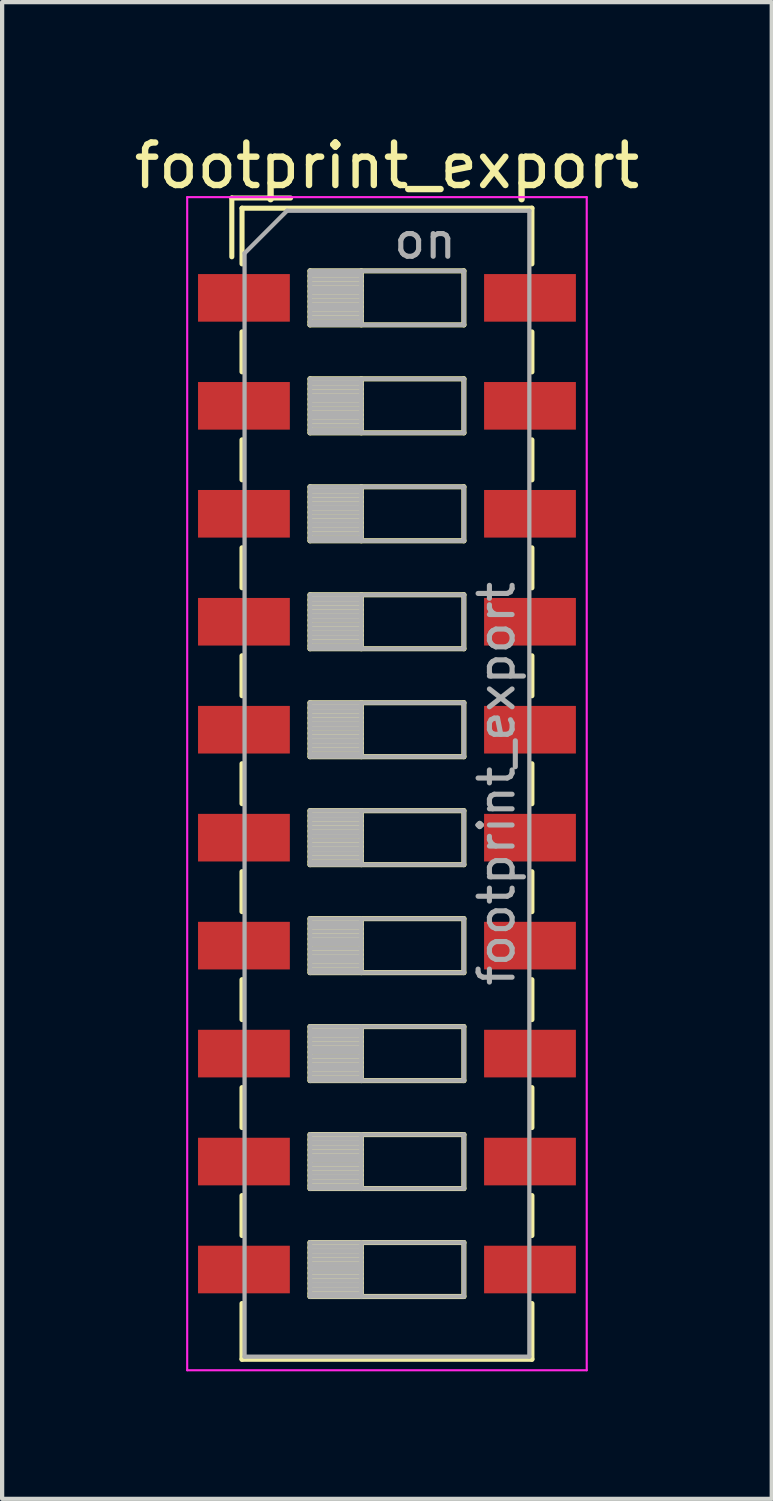
<source format=kicad_pcb>
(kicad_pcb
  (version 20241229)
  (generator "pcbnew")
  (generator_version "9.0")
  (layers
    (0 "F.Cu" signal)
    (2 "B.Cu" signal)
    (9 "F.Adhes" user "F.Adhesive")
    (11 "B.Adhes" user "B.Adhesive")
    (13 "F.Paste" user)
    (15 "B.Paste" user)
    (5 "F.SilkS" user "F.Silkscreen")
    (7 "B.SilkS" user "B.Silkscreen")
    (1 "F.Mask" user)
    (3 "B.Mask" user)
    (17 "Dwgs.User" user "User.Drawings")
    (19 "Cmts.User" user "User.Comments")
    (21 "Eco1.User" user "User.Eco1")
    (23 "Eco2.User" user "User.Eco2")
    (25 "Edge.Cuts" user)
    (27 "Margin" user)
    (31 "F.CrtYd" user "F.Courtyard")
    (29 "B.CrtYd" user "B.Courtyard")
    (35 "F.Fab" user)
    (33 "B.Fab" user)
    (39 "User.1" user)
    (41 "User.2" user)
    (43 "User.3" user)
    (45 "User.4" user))
  (footprint "footprint_export"
    (layer "F.Cu")
    (at 6.054 15.388)
    (property "Reference" "footprint_export" (at 0 -14.54 0) (layer "F.SilkS") (effects (font (size 1 1) (thickness 0.15))))
    (attr smd)
    (fp_line (start -3.65 -13.78) (end -3.65 -12.397) (stroke (width 0.12) (type solid)) (layer "F.SilkS"))
    (fp_line (start -3.65 -13.78) (end -2.267 -13.78) (stroke (width 0.12) (type solid)) (layer "F.SilkS"))
    (fp_line (start -3.41 -13.54) (end -3.41 -12.23) (stroke (width 0.12) (type solid)) (layer "F.SilkS"))
    (fp_line (start -3.41 -13.54) (end 3.41 -13.54) (stroke (width 0.12) (type solid)) (layer "F.SilkS"))
    (fp_line (start -3.41 -10.63) (end -3.41 -9.69) (stroke (width 0.12) (type solid)) (layer "F.SilkS"))
    (fp_line (start -3.41 -8.09) (end -3.41 -7.15) (stroke (width 0.12) (type solid)) (layer "F.SilkS"))
    (fp_line (start -3.41 -5.55) (end -3.41 -4.61) (stroke (width 0.12) (type solid)) (layer "F.SilkS"))
    (fp_line (start -3.41 -3.01) (end -3.41 -2.07) (stroke (width 0.12) (type solid)) (layer "F.SilkS"))
    (fp_line (start -3.41 -0.47) (end -3.41 0.47) (stroke (width 0.12) (type solid)) (layer "F.SilkS"))
    (fp_line (start -3.41 2.07) (end -3.41 3.01) (stroke (width 0.12) (type solid)) (layer "F.SilkS"))
    (fp_line (start -3.41 4.61) (end -3.41 5.55) (stroke (width 0.12) (type solid)) (layer "F.SilkS"))
    (fp_line (start -3.41 7.15) (end -3.41 8.09) (stroke (width 0.12) (type solid)) (layer "F.SilkS"))
    (fp_line (start -3.41 9.69) (end -3.41 10.63) (stroke (width 0.12) (type solid)) (layer "F.SilkS"))
    (fp_line (start -3.41 12.23) (end -3.41 13.541) (stroke (width 0.12) (type solid)) (layer "F.SilkS"))
    (fp_line (start -3.41 13.541) (end 3.41 13.541) (stroke (width 0.12) (type solid)) (layer "F.SilkS"))
    (fp_line (start -1.81 -12.065) (end -1.81 -10.795) (stroke (width 0.12) (type solid)) (layer "F.SilkS"))
    (fp_line (start -1.81 -11.945) (end -0.603 -11.945) (stroke (width 0.12) (type solid)) (layer "F.SilkS"))
    (fp_line (start -1.81 -11.825) (end -0.603 -11.825) (stroke (width 0.12) (type solid)) (layer "F.SilkS"))
    (fp_line (start -1.81 -11.705) (end -0.603 -11.705) (stroke (width 0.12) (type solid)) (layer "F.SilkS"))
    (fp_line (start -1.81 -11.585) (end -0.603 -11.585) (stroke (width 0.12) (type solid)) (layer "F.SilkS"))
    (fp_line (start -1.81 -11.465) (end -0.603 -11.465) (stroke (width 0.12) (type solid)) (layer "F.SilkS"))
    (fp_line (start -1.81 -11.345) (end -0.603 -11.345) (stroke (width 0.12) (type solid)) (layer "F.SilkS"))
    (fp_line (start -1.81 -11.225) (end -0.603 -11.225) (stroke (width 0.12) (type solid)) (layer "F.SilkS"))
    (fp_line (start -1.81 -11.105) (end -0.603 -11.105) (stroke (width 0.12) (type solid)) (layer "F.SilkS"))
    (fp_line (start -1.81 -10.985) (end -0.603 -10.985) (stroke (width 0.12) (type solid)) (layer "F.SilkS"))
    (fp_line (start -1.81 -10.865) (end -0.603 -10.865) (stroke (width 0.12) (type solid)) (layer "F.SilkS"))
    (fp_line (start -1.81 -10.795) (end 1.81 -10.795) (stroke (width 0.12) (type solid)) (layer "F.SilkS"))
    (fp_line (start -1.81 -9.525) (end -1.81 -8.255) (stroke (width 0.12) (type solid)) (layer "F.SilkS"))
    (fp_line (start -1.81 -9.405) (end -0.603 -9.405) (stroke (width 0.12) (type solid)) (layer "F.SilkS"))
    (fp_line (start -1.81 -9.285) (end -0.603 -9.285) (stroke (width 0.12) (type solid)) (layer "F.SilkS"))
    (fp_line (start -1.81 -9.165) (end -0.603 -9.165) (stroke (width 0.12) (type solid)) (layer "F.SilkS"))
    (fp_line (start -1.81 -9.045) (end -0.603 -9.045) (stroke (width 0.12) (type solid)) (layer "F.SilkS"))
    (fp_line (start -1.81 -8.925) (end -0.603 -8.925) (stroke (width 0.12) (type solid)) (layer "F.SilkS"))
    (fp_line (start -1.81 -8.805) (end -0.603 -8.805) (stroke (width 0.12) (type solid)) (layer "F.SilkS"))
    (fp_line (start -1.81 -8.685) (end -0.603 -8.685) (stroke (width 0.12) (type solid)) (layer "F.SilkS"))
    (fp_line (start -1.81 -8.565) (end -0.603 -8.565) (stroke (width 0.12) (type solid)) (layer "F.SilkS"))
    (fp_line (start -1.81 -8.445) (end -0.603 -8.445) (stroke (width 0.12) (type solid)) (layer "F.SilkS"))
    (fp_line (start -1.81 -8.325) (end -0.603 -8.325) (stroke (width 0.12) (type solid)) (layer "F.SilkS"))
    (fp_line (start -1.81 -8.255) (end 1.81 -8.255) (stroke (width 0.12) (type solid)) (layer "F.SilkS"))
    (fp_line (start -1.81 -6.985) (end -1.81 -5.715) (stroke (width 0.12) (type solid)) (layer "F.SilkS"))
    (fp_line (start -1.81 -6.865) (end -0.603 -6.865) (stroke (width 0.12) (type solid)) (layer "F.SilkS"))
    (fp_line (start -1.81 -6.745) (end -0.603 -6.745) (stroke (width 0.12) (type solid)) (layer "F.SilkS"))
    (fp_line (start -1.81 -6.625) (end -0.603 -6.625) (stroke (width 0.12) (type solid)) (layer "F.SilkS"))
    (fp_line (start -1.81 -6.505) (end -0.603 -6.505) (stroke (width 0.12) (type solid)) (layer "F.SilkS"))
    (fp_line (start -1.81 -6.385) (end -0.603 -6.385) (stroke (width 0.12) (type solid)) (layer "F.SilkS"))
    (fp_line (start -1.81 -6.265) (end -0.603 -6.265) (stroke (width 0.12) (type solid)) (layer "F.SilkS"))
    (fp_line (start -1.81 -6.145) (end -0.603 -6.145) (stroke (width 0.12) (type solid)) (layer "F.SilkS"))
    (fp_line (start -1.81 -6.025) (end -0.603 -6.025) (stroke (width 0.12) (type solid)) (layer "F.SilkS"))
    (fp_line (start -1.81 -5.905) (end -0.603 -5.905) (stroke (width 0.12) (type solid)) (layer "F.SilkS"))
    (fp_line (start -1.81 -5.785) (end -0.603 -5.785) (stroke (width 0.12) (type solid)) (layer "F.SilkS"))
    (fp_line (start -1.81 -5.715) (end 1.81 -5.715) (stroke (width 0.12) (type solid)) (layer "F.SilkS"))
    (fp_line (start -1.81 -4.445) (end -1.81 -3.175) (stroke (width 0.12) (type solid)) (layer "F.SilkS"))
    (fp_line (start -1.81 -4.325) (end -0.603 -4.325) (stroke (width 0.12) (type solid)) (layer "F.SilkS"))
    (fp_line (start -1.81 -4.205) (end -0.603 -4.205) (stroke (width 0.12) (type solid)) (layer "F.SilkS"))
    (fp_line (start -1.81 -4.085) (end -0.603 -4.085) (stroke (width 0.12) (type solid)) (layer "F.SilkS"))
    (fp_line (start -1.81 -3.965) (end -0.603 -3.965) (stroke (width 0.12) (type solid)) (layer "F.SilkS"))
    (fp_line (start -1.81 -3.845) (end -0.603 -3.845) (stroke (width 0.12) (type solid)) (layer "F.SilkS"))
    (fp_line (start -1.81 -3.725) (end -0.603 -3.725) (stroke (width 0.12) (type solid)) (layer "F.SilkS"))
    (fp_line (start -1.81 -3.605) (end -0.603 -3.605) (stroke (width 0.12) (type solid)) (layer "F.SilkS"))
    (fp_line (start -1.81 -3.485) (end -0.603 -3.485) (stroke (width 0.12) (type solid)) (layer "F.SilkS"))
    (fp_line (start -1.81 -3.365) (end -0.603 -3.365) (stroke (width 0.12) (type solid)) (layer "F.SilkS"))
    (fp_line (start -1.81 -3.245) (end -0.603 -3.245) (stroke (width 0.12) (type solid)) (layer "F.SilkS"))
    (fp_line (start -1.81 -3.175) (end 1.81 -3.175) (stroke (width 0.12) (type solid)) (layer "F.SilkS"))
    (fp_line (start -1.81 -1.905) (end -1.81 -0.635) (stroke (width 0.12) (type solid)) (layer "F.SilkS"))
    (fp_line (start -1.81 -1.785) (end -0.603 -1.785) (stroke (width 0.12) (type solid)) (layer "F.SilkS"))
    (fp_line (start -1.81 -1.665) (end -0.603 -1.665) (stroke (width 0.12) (type solid)) (layer "F.SilkS"))
    (fp_line (start -1.81 -1.545) (end -0.603 -1.545) (stroke (width 0.12) (type solid)) (layer "F.SilkS"))
    (fp_line (start -1.81 -1.425) (end -0.603 -1.425) (stroke (width 0.12) (type solid)) (layer "F.SilkS"))
    (fp_line (start -1.81 -1.305) (end -0.603 -1.305) (stroke (width 0.12) (type solid)) (layer "F.SilkS"))
    (fp_line (start -1.81 -1.185) (end -0.603 -1.185) (stroke (width 0.12) (type solid)) (layer "F.SilkS"))
    (fp_line (start -1.81 -1.065) (end -0.603 -1.065) (stroke (width 0.12) (type solid)) (layer "F.SilkS"))
    (fp_line (start -1.81 -0.945) (end -0.603 -0.945) (stroke (width 0.12) (type solid)) (layer "F.SilkS"))
    (fp_line (start -1.81 -0.825) (end -0.603 -0.825) (stroke (width 0.12) (type solid)) (layer "F.SilkS"))
    (fp_line (start -1.81 -0.705) (end -0.603 -0.705) (stroke (width 0.12) (type solid)) (layer "F.SilkS"))
    (fp_line (start -1.81 -0.635) (end 1.81 -0.635) (stroke (width 0.12) (type solid)) (layer "F.SilkS"))
    (fp_line (start -1.81 0.635) (end -1.81 1.905) (stroke (width 0.12) (type solid)) (layer "F.SilkS"))
    (fp_line (start -1.81 0.755) (end -0.603 0.755) (stroke (width 0.12) (type solid)) (layer "F.SilkS"))
    (fp_line (start -1.81 0.875) (end -0.603 0.875) (stroke (width 0.12) (type solid)) (layer "F.SilkS"))
    (fp_line (start -1.81 0.995) (end -0.603 0.995) (stroke (width 0.12) (type solid)) (layer "F.SilkS"))
    (fp_line (start -1.81 1.115) (end -0.603 1.115) (stroke (width 0.12) (type solid)) (layer "F.SilkS"))
    (fp_line (start -1.81 1.235) (end -0.603 1.235) (stroke (width 0.12) (type solid)) (layer "F.SilkS"))
    (fp_line (start -1.81 1.355) (end -0.603 1.355) (stroke (width 0.12) (type solid)) (layer "F.SilkS"))
    (fp_line (start -1.81 1.475) (end -0.603 1.475) (stroke (width 0.12) (type solid)) (layer "F.SilkS"))
    (fp_line (start -1.81 1.595) (end -0.603 1.595) (stroke (width 0.12) (type solid)) (layer "F.SilkS"))
    (fp_line (start -1.81 1.715) (end -0.603 1.715) (stroke (width 0.12) (type solid)) (layer "F.SilkS"))
    (fp_line (start -1.81 1.835) (end -0.603 1.835) (stroke (width 0.12) (type solid)) (layer "F.SilkS"))
    (fp_line (start -1.81 1.905) (end 1.81 1.905) (stroke (width 0.12) (type solid)) (layer "F.SilkS"))
    (fp_line (start -1.81 3.175) (end -1.81 4.445) (stroke (width 0.12) (type solid)) (layer "F.SilkS"))
    (fp_line (start -1.81 3.295) (end -0.603 3.295) (stroke (width 0.12) (type solid)) (layer "F.SilkS"))
    (fp_line (start -1.81 3.415) (end -0.603 3.415) (stroke (width 0.12) (type solid)) (layer "F.SilkS"))
    (fp_line (start -1.81 3.535) (end -0.603 3.535) (stroke (width 0.12) (type solid)) (layer "F.SilkS"))
    (fp_line (start -1.81 3.655) (end -0.603 3.655) (stroke (width 0.12) (type solid)) (layer "F.SilkS"))
    (fp_line (start -1.81 3.775) (end -0.603 3.775) (stroke (width 0.12) (type solid)) (layer "F.SilkS"))
    (fp_line (start -1.81 3.895) (end -0.603 3.895) (stroke (width 0.12) (type solid)) (layer "F.SilkS"))
    (fp_line (start -1.81 4.015) (end -0.603 4.015) (stroke (width 0.12) (type solid)) (layer "F.SilkS"))
    (fp_line (start -1.81 4.135) (end -0.603 4.135) (stroke (width 0.12) (type solid)) (layer "F.SilkS"))
    (fp_line (start -1.81 4.255) (end -0.603 4.255) (stroke (width 0.12) (type solid)) (layer "F.SilkS"))
    (fp_line (start -1.81 4.375) (end -0.603 4.375) (stroke (width 0.12) (type solid)) (layer "F.SilkS"))
    (fp_line (start -1.81 4.445) (end 1.81 4.445) (stroke (width 0.12) (type solid)) (layer "F.SilkS"))
    (fp_line (start -1.81 5.715) (end -1.81 6.985) (stroke (width 0.12) (type solid)) (layer "F.SilkS"))
    (fp_line (start -1.81 5.835) (end -0.603 5.835) (stroke (width 0.12) (type solid)) (layer "F.SilkS"))
    (fp_line (start -1.81 5.955) (end -0.603 5.955) (stroke (width 0.12) (type solid)) (layer "F.SilkS"))
    (fp_line (start -1.81 6.075) (end -0.603 6.075) (stroke (width 0.12) (type solid)) (layer "F.SilkS"))
    (fp_line (start -1.81 6.195) (end -0.603 6.195) (stroke (width 0.12) (type solid)) (layer "F.SilkS"))
    (fp_line (start -1.81 6.315) (end -0.603 6.315) (stroke (width 0.12) (type solid)) (layer "F.SilkS"))
    (fp_line (start -1.81 6.435) (end -0.603 6.435) (stroke (width 0.12) (type solid)) (layer "F.SilkS"))
    (fp_line (start -1.81 6.555) (end -0.603 6.555) (stroke (width 0.12) (type solid)) (layer "F.SilkS"))
    (fp_line (start -1.81 6.675) (end -0.603 6.675) (stroke (width 0.12) (type solid)) (layer "F.SilkS"))
    (fp_line (start -1.81 6.795) (end -0.603 6.795) (stroke (width 0.12) (type solid)) (layer "F.SilkS"))
    (fp_line (start -1.81 6.915) (end -0.603 6.915) (stroke (width 0.12) (type solid)) (layer "F.SilkS"))
    (fp_line (start -1.81 6.985) (end 1.81 6.985) (stroke (width 0.12) (type solid)) (layer "F.SilkS"))
    (fp_line (start -1.81 8.255) (end -1.81 9.525) (stroke (width 0.12) (type solid)) (layer "F.SilkS"))
    (fp_line (start -1.81 8.375) (end -0.603 8.375) (stroke (width 0.12) (type solid)) (layer "F.SilkS"))
    (fp_line (start -1.81 8.495) (end -0.603 8.495) (stroke (width 0.12) (type solid)) (layer "F.SilkS"))
    (fp_line (start -1.81 8.615) (end -0.603 8.615) (stroke (width 0.12) (type solid)) (layer "F.SilkS"))
    (fp_line (start -1.81 8.735) (end -0.603 8.735) (stroke (width 0.12) (type solid)) (layer "F.SilkS"))
    (fp_line (start -1.81 8.855) (end -0.603 8.855) (stroke (width 0.12) (type solid)) (layer "F.SilkS"))
    (fp_line (start -1.81 8.975) (end -0.603 8.975) (stroke (width 0.12) (type solid)) (layer "F.SilkS"))
    (fp_line (start -1.81 9.095) (end -0.603 9.095) (stroke (width 0.12) (type solid)) (layer "F.SilkS"))
    (fp_line (start -1.81 9.215) (end -0.603 9.215) (stroke (width 0.12) (type solid)) (layer "F.SilkS"))
    (fp_line (start -1.81 9.335) (end -0.603 9.335) (stroke (width 0.12) (type solid)) (layer "F.SilkS"))
    (fp_line (start -1.81 9.455) (end -0.603 9.455) (stroke (width 0.12) (type solid)) (layer "F.SilkS"))
    (fp_line (start -1.81 9.525) (end 1.81 9.525) (stroke (width 0.12) (type solid)) (layer "F.SilkS"))
    (fp_line (start -1.81 10.795) (end -1.81 12.065) (stroke (width 0.12) (type solid)) (layer "F.SilkS"))
    (fp_line (start -1.81 10.915) (end -0.603 10.915) (stroke (width 0.12) (type solid)) (layer "F.SilkS"))
    (fp_line (start -1.81 11.035) (end -0.603 11.035) (stroke (width 0.12) (type solid)) (layer "F.SilkS"))
    (fp_line (start -1.81 11.155) (end -0.603 11.155) (stroke (width 0.12) (type solid)) (layer "F.SilkS"))
    (fp_line (start -1.81 11.275) (end -0.603 11.275) (stroke (width 0.12) (type solid)) (layer "F.SilkS"))
    (fp_line (start -1.81 11.395) (end -0.603 11.395) (stroke (width 0.12) (type solid)) (layer "F.SilkS"))
    (fp_line (start -1.81 11.515) (end -0.603 11.515) (stroke (width 0.12) (type solid)) (layer "F.SilkS"))
    (fp_line (start -1.81 11.635) (end -0.603 11.635) (stroke (width 0.12) (type solid)) (layer "F.SilkS"))
    (fp_line (start -1.81 11.755) (end -0.603 11.755) (stroke (width 0.12) (type solid)) (layer "F.SilkS"))
    (fp_line (start -1.81 11.875) (end -0.603 11.875) (stroke (width 0.12) (type solid)) (layer "F.SilkS"))
    (fp_line (start -1.81 11.995) (end -0.603 11.995) (stroke (width 0.12) (type solid)) (layer "F.SilkS"))
    (fp_line (start -1.81 12.065) (end 1.81 12.065) (stroke (width 0.12) (type solid)) (layer "F.SilkS"))
    (fp_line (start -0.603 -12.065) (end -0.603 -10.795) (stroke (width 0.12) (type solid)) (layer "F.SilkS"))
    (fp_line (start -0.603 -9.525) (end -0.603 -8.255) (stroke (width 0.12) (type solid)) (layer "F.SilkS"))
    (fp_line (start -0.603 -6.985) (end -0.603 -5.715) (stroke (width 0.12) (type solid)) (layer "F.SilkS"))
    (fp_line (start -0.603 -4.445) (end -0.603 -3.175) (stroke (width 0.12) (type solid)) (layer "F.SilkS"))
    (fp_line (start -0.603 -1.905) (end -0.603 -0.635) (stroke (width 0.12) (type solid)) (layer "F.SilkS"))
    (fp_line (start -0.603 0.635) (end -0.603 1.905) (stroke (width 0.12) (type solid)) (layer "F.SilkS"))
    (fp_line (start -0.603 3.175) (end -0.603 4.445) (stroke (width 0.12) (type solid)) (layer "F.SilkS"))
    (fp_line (start -0.603 5.715) (end -0.603 6.985) (stroke (width 0.12) (type solid)) (layer "F.SilkS"))
    (fp_line (start -0.603 8.255) (end -0.603 9.525) (stroke (width 0.12) (type solid)) (layer "F.SilkS"))
    (fp_line (start -0.603 10.795) (end -0.603 12.065) (stroke (width 0.12) (type solid)) (layer "F.SilkS"))
    (fp_line (start 1.81 -12.065) (end -1.81 -12.065) (stroke (width 0.12) (type solid)) (layer "F.SilkS"))
    (fp_line (start 1.81 -10.795) (end 1.81 -12.065) (stroke (width 0.12) (type solid)) (layer "F.SilkS"))
    (fp_line (start 1.81 -9.525) (end -1.81 -9.525) (stroke (width 0.12) (type solid)) (layer "F.SilkS"))
    (fp_line (start 1.81 -8.255) (end 1.81 -9.525) (stroke (width 0.12) (type solid)) (layer "F.SilkS"))
    (fp_line (start 1.81 -6.985) (end -1.81 -6.985) (stroke (width 0.12) (type solid)) (layer "F.SilkS"))
    (fp_line (start 1.81 -5.715) (end 1.81 -6.985) (stroke (width 0.12) (type solid)) (layer "F.SilkS"))
    (fp_line (start 1.81 -4.445) (end -1.81 -4.445) (stroke (width 0.12) (type solid)) (layer "F.SilkS"))
    (fp_line (start 1.81 -3.175) (end 1.81 -4.445) (stroke (width 0.12) (type solid)) (layer "F.SilkS"))
    (fp_line (start 1.81 -1.905) (end -1.81 -1.905) (stroke (width 0.12) (type solid)) (layer "F.SilkS"))
    (fp_line (start 1.81 -0.635) (end 1.81 -1.905) (stroke (width 0.12) (type solid)) (layer "F.SilkS"))
    (fp_line (start 1.81 0.635) (end -1.81 0.635) (stroke (width 0.12) (type solid)) (layer "F.SilkS"))
    (fp_line (start 1.81 1.905) (end 1.81 0.635) (stroke (width 0.12) (type solid)) (layer "F.SilkS"))
    (fp_line (start 1.81 3.175) (end -1.81 3.175) (stroke (width 0.12) (type solid)) (layer "F.SilkS"))
    (fp_line (start 1.81 4.445) (end 1.81 3.175) (stroke (width 0.12) (type solid)) (layer "F.SilkS"))
    (fp_line (start 1.81 5.715) (end -1.81 5.715) (stroke (width 0.12) (type solid)) (layer "F.SilkS"))
    (fp_line (start 1.81 6.985) (end 1.81 5.715) (stroke (width 0.12) (type solid)) (layer "F.SilkS"))
    (fp_line (start 1.81 8.255) (end -1.81 8.255) (stroke (width 0.12) (type solid)) (layer "F.SilkS"))
    (fp_line (start 1.81 9.525) (end 1.81 8.255) (stroke (width 0.12) (type solid)) (layer "F.SilkS"))
    (fp_line (start 1.81 10.795) (end -1.81 10.795) (stroke (width 0.12) (type solid)) (layer "F.SilkS"))
    (fp_line (start 1.81 12.065) (end 1.81 10.795) (stroke (width 0.12) (type solid)) (layer "F.SilkS"))
    (fp_line (start 3.41 -13.54) (end 3.41 -12.23) (stroke (width 0.12) (type solid)) (layer "F.SilkS"))
    (fp_line (start 3.41 -10.629) (end 3.41 -9.689) (stroke (width 0.12) (type solid)) (layer "F.SilkS"))
    (fp_line (start 3.41 -8.089) (end 3.41 -7.149) (stroke (width 0.12) (type solid)) (layer "F.SilkS"))
    (fp_line (start 3.41 -5.549) (end 3.41 -4.609) (stroke (width 0.12) (type solid)) (layer "F.SilkS"))
    (fp_line (start 3.41 -3.009) (end 3.41 -2.069) (stroke (width 0.12) (type solid)) (layer "F.SilkS"))
    (fp_line (start 3.41 -0.469) (end 3.41 0.471) (stroke (width 0.12) (type solid)) (layer "F.SilkS"))
    (fp_line (start 3.41 2.071) (end 3.41 3.011) (stroke (width 0.12) (type solid)) (layer "F.SilkS"))
    (fp_line (start 3.41 4.611) (end 3.41 5.55) (stroke (width 0.12) (type solid)) (layer "F.SilkS"))
    (fp_line (start 3.41 7.15) (end 3.41 8.09) (stroke (width 0.12) (type solid)) (layer "F.SilkS"))
    (fp_line (start 3.41 9.69) (end 3.41 10.63) (stroke (width 0.12) (type solid)) (layer "F.SilkS"))
    (fp_line (start 3.41 12.23) (end 3.41 13.541) (stroke (width 0.12) (type solid)) (layer "F.SilkS"))
    (fp_line (start -4.7 -13.8) (end -4.7 13.8) (stroke (width 0.05) (type solid)) (layer "F.CrtYd"))
    (fp_line (start -4.7 13.8) (end 4.7 13.8) (stroke (width 0.05) (type solid)) (layer "F.CrtYd"))
    (fp_line (start 4.7 -13.8) (end -4.7 -13.8) (stroke (width 0.05) (type solid)) (layer "F.CrtYd"))
    (fp_line (start 4.7 13.8) (end 4.7 -13.8) (stroke (width 0.05) (type solid)) (layer "F.CrtYd"))
    (fp_line (start -3.35 -12.48) (end -2.35 -13.48) (stroke (width 0.1) (type solid)) (layer "F.Fab"))
    (fp_line (start -3.35 13.48) (end -3.35 -12.48) (stroke (width 0.1) (type solid)) (layer "F.Fab"))
    (fp_line (start -2.35 -13.48) (end 3.35 -13.48) (stroke (width 0.1) (type solid)) (layer "F.Fab"))
    (fp_line (start -1.81 -12.065) (end -1.81 -10.795) (stroke (width 0.1) (type solid)) (layer "F.Fab"))
    (fp_line (start -1.81 -11.965) (end -0.603 -11.965) (stroke (width 0.1) (type solid)) (layer "F.Fab"))
    (fp_line (start -1.81 -11.865) (end -0.603 -11.865) (stroke (width 0.1) (type solid)) (layer "F.Fab"))
    (fp_line (start -1.81 -11.765) (end -0.603 -11.765) (stroke (width 0.1) (type solid)) (layer "F.Fab"))
    (fp_line (start -1.81 -11.665) (end -0.603 -11.665) (stroke (width 0.1) (type solid)) (layer "F.Fab"))
    (fp_line (start -1.81 -11.565) (end -0.603 -11.565) (stroke (width 0.1) (type solid)) (layer "F.Fab"))
    (fp_line (start -1.81 -11.465) (end -0.603 -11.465) (stroke (width 0.1) (type solid)) (layer "F.Fab"))
    (fp_line (start -1.81 -11.365) (end -0.603 -11.365) (stroke (width 0.1) (type solid)) (layer "F.Fab"))
    (fp_line (start -1.81 -11.265) (end -0.603 -11.265) (stroke (width 0.1) (type solid)) (layer "F.Fab"))
    (fp_line (start -1.81 -11.165) (end -0.603 -11.165) (stroke (width 0.1) (type solid)) (layer "F.Fab"))
    (fp_line (start -1.81 -11.065) (end -0.603 -11.065) (stroke (width 0.1) (type solid)) (layer "F.Fab"))
    (fp_line (start -1.81 -10.965) (end -0.603 -10.965) (stroke (width 0.1) (type solid)) (layer "F.Fab"))
    (fp_line (start -1.81 -10.865) (end -0.603 -10.865) (stroke (width 0.1) (type solid)) (layer "F.Fab"))
    (fp_line (start -1.81 -10.795) (end 1.81 -10.795) (stroke (width 0.1) (type solid)) (layer "F.Fab"))
    (fp_line (start -1.81 -9.525) (end -1.81 -8.255) (stroke (width 0.1) (type solid)) (layer "F.Fab"))
    (fp_line (start -1.81 -9.425) (end -0.603 -9.425) (stroke (width 0.1) (type solid)) (layer "F.Fab"))
    (fp_line (start -1.81 -9.325) (end -0.603 -9.325) (stroke (width 0.1) (type solid)) (layer "F.Fab"))
    (fp_line (start -1.81 -9.225) (end -0.603 -9.225) (stroke (width 0.1) (type solid)) (layer "F.Fab"))
    (fp_line (start -1.81 -9.125) (end -0.603 -9.125) (stroke (width 0.1) (type solid)) (layer "F.Fab"))
    (fp_line (start -1.81 -9.025) (end -0.603 -9.025) (stroke (width 0.1) (type solid)) (layer "F.Fab"))
    (fp_line (start -1.81 -8.925) (end -0.603 -8.925) (stroke (width 0.1) (type solid)) (layer "F.Fab"))
    (fp_line (start -1.81 -8.825) (end -0.603 -8.825) (stroke (width 0.1) (type solid)) (layer "F.Fab"))
    (fp_line (start -1.81 -8.725) (end -0.603 -8.725) (stroke (width 0.1) (type solid)) (layer "F.Fab"))
    (fp_line (start -1.81 -8.625) (end -0.603 -8.625) (stroke (width 0.1) (type solid)) (layer "F.Fab"))
    (fp_line (start -1.81 -8.525) (end -0.603 -8.525) (stroke (width 0.1) (type solid)) (layer "F.Fab"))
    (fp_line (start -1.81 -8.425) (end -0.603 -8.425) (stroke (width 0.1) (type solid)) (layer "F.Fab"))
    (fp_line (start -1.81 -8.325) (end -0.603 -8.325) (stroke (width 0.1) (type solid)) (layer "F.Fab"))
    (fp_line (start -1.81 -8.255) (end 1.81 -8.255) (stroke (width 0.1) (type solid)) (layer "F.Fab"))
    (fp_line (start -1.81 -6.985) (end -1.81 -5.715) (stroke (width 0.1) (type solid)) (layer "F.Fab"))
    (fp_line (start -1.81 -6.885) (end -0.603 -6.885) (stroke (width 0.1) (type solid)) (layer "F.Fab"))
    (fp_line (start -1.81 -6.785) (end -0.603 -6.785) (stroke (width 0.1) (type solid)) (layer "F.Fab"))
    (fp_line (start -1.81 -6.685) (end -0.603 -6.685) (stroke (width 0.1) (type solid)) (layer "F.Fab"))
    (fp_line (start -1.81 -6.585) (end -0.603 -6.585) (stroke (width 0.1) (type solid)) (layer "F.Fab"))
    (fp_line (start -1.81 -6.485) (end -0.603 -6.485) (stroke (width 0.1) (type solid)) (layer "F.Fab"))
    (fp_line (start -1.81 -6.385) (end -0.603 -6.385) (stroke (width 0.1) (type solid)) (layer "F.Fab"))
    (fp_line (start -1.81 -6.285) (end -0.603 -6.285) (stroke (width 0.1) (type solid)) (layer "F.Fab"))
    (fp_line (start -1.81 -6.185) (end -0.603 -6.185) (stroke (width 0.1) (type solid)) (layer "F.Fab"))
    (fp_line (start -1.81 -6.085) (end -0.603 -6.085) (stroke (width 0.1) (type solid)) (layer "F.Fab"))
    (fp_line (start -1.81 -5.985) (end -0.603 -5.985) (stroke (width 0.1) (type solid)) (layer "F.Fab"))
    (fp_line (start -1.81 -5.885) (end -0.603 -5.885) (stroke (width 0.1) (type solid)) (layer "F.Fab"))
    (fp_line (start -1.81 -5.785) (end -0.603 -5.785) (stroke (width 0.1) (type solid)) (layer "F.Fab"))
    (fp_line (start -1.81 -5.715) (end 1.81 -5.715) (stroke (width 0.1) (type solid)) (layer "F.Fab"))
    (fp_line (start -1.81 -4.445) (end -1.81 -3.175) (stroke (width 0.1) (type solid)) (layer "F.Fab"))
    (fp_line (start -1.81 -4.345) (end -0.603 -4.345) (stroke (width 0.1) (type solid)) (layer "F.Fab"))
    (fp_line (start -1.81 -4.245) (end -0.603 -4.245) (stroke (width 0.1) (type solid)) (layer "F.Fab"))
    (fp_line (start -1.81 -4.145) (end -0.603 -4.145) (stroke (width 0.1) (type solid)) (layer "F.Fab"))
    (fp_line (start -1.81 -4.045) (end -0.603 -4.045) (stroke (width 0.1) (type solid)) (layer "F.Fab"))
    (fp_line (start -1.81 -3.945) (end -0.603 -3.945) (stroke (width 0.1) (type solid)) (layer "F.Fab"))
    (fp_line (start -1.81 -3.845) (end -0.603 -3.845) (stroke (width 0.1) (type solid)) (layer "F.Fab"))
    (fp_line (start -1.81 -3.745) (end -0.603 -3.745) (stroke (width 0.1) (type solid)) (layer "F.Fab"))
    (fp_line (start -1.81 -3.645) (end -0.603 -3.645) (stroke (width 0.1) (type solid)) (layer "F.Fab"))
    (fp_line (start -1.81 -3.545) (end -0.603 -3.545) (stroke (width 0.1) (type solid)) (layer "F.Fab"))
    (fp_line (start -1.81 -3.445) (end -0.603 -3.445) (stroke (width 0.1) (type solid)) (layer "F.Fab"))
    (fp_line (start -1.81 -3.345) (end -0.603 -3.345) (stroke (width 0.1) (type solid)) (layer "F.Fab"))
    (fp_line (start -1.81 -3.245) (end -0.603 -3.245) (stroke (width 0.1) (type solid)) (layer "F.Fab"))
    (fp_line (start -1.81 -3.175) (end 1.81 -3.175) (stroke (width 0.1) (type solid)) (layer "F.Fab"))
    (fp_line (start -1.81 -1.905) (end -1.81 -0.635) (stroke (width 0.1) (type solid)) (layer "F.Fab"))
    (fp_line (start -1.81 -1.805) (end -0.603 -1.805) (stroke (width 0.1) (type solid)) (layer "F.Fab"))
    (fp_line (start -1.81 -1.705) (end -0.603 -1.705) (stroke (width 0.1) (type solid)) (layer "F.Fab"))
    (fp_line (start -1.81 -1.605) (end -0.603 -1.605) (stroke (width 0.1) (type solid)) (layer "F.Fab"))
    (fp_line (start -1.81 -1.505) (end -0.603 -1.505) (stroke (width 0.1) (type solid)) (layer "F.Fab"))
    (fp_line (start -1.81 -1.405) (end -0.603 -1.405) (stroke (width 0.1) (type solid)) (layer "F.Fab"))
    (fp_line (start -1.81 -1.305) (end -0.603 -1.305) (stroke (width 0.1) (type solid)) (layer "F.Fab"))
    (fp_line (start -1.81 -1.205) (end -0.603 -1.205) (stroke (width 0.1) (type solid)) (layer "F.Fab"))
    (fp_line (start -1.81 -1.105) (end -0.603 -1.105) (stroke (width 0.1) (type solid)) (layer "F.Fab"))
    (fp_line (start -1.81 -1.005) (end -0.603 -1.005) (stroke (width 0.1) (type solid)) (layer "F.Fab"))
    (fp_line (start -1.81 -0.905) (end -0.603 -0.905) (stroke (width 0.1) (type solid)) (layer "F.Fab"))
    (fp_line (start -1.81 -0.805) (end -0.603 -0.805) (stroke (width 0.1) (type solid)) (layer "F.Fab"))
    (fp_line (start -1.81 -0.705) (end -0.603 -0.705) (stroke (width 0.1) (type solid)) (layer "F.Fab"))
    (fp_line (start -1.81 -0.635) (end 1.81 -0.635) (stroke (width 0.1) (type solid)) (layer "F.Fab"))
    (fp_line (start -1.81 0.635) (end -1.81 1.905) (stroke (width 0.1) (type solid)) (layer "F.Fab"))
    (fp_line (start -1.81 0.735) (end -0.603 0.735) (stroke (width 0.1) (type solid)) (layer "F.Fab"))
    (fp_line (start -1.81 0.835) (end -0.603 0.835) (stroke (width 0.1) (type solid)) (layer "F.Fab"))
    (fp_line (start -1.81 0.935) (end -0.603 0.935) (stroke (width 0.1) (type solid)) (layer "F.Fab"))
    (fp_line (start -1.81 1.035) (end -0.603 1.035) (stroke (width 0.1) (type solid)) (layer "F.Fab"))
    (fp_line (start -1.81 1.135) (end -0.603 1.135) (stroke (width 0.1) (type solid)) (layer "F.Fab"))
    (fp_line (start -1.81 1.235) (end -0.603 1.235) (stroke (width 0.1) (type solid)) (layer "F.Fab"))
    (fp_line (start -1.81 1.335) (end -0.603 1.335) (stroke (width 0.1) (type solid)) (layer "F.Fab"))
    (fp_line (start -1.81 1.435) (end -0.603 1.435) (stroke (width 0.1) (type solid)) (layer "F.Fab"))
    (fp_line (start -1.81 1.535) (end -0.603 1.535) (stroke (width 0.1) (type solid)) (layer "F.Fab"))
    (fp_line (start -1.81 1.635) (end -0.603 1.635) (stroke (width 0.1) (type solid)) (layer "F.Fab"))
    (fp_line (start -1.81 1.735) (end -0.603 1.735) (stroke (width 0.1) (type solid)) (layer "F.Fab"))
    (fp_line (start -1.81 1.835) (end -0.603 1.835) (stroke (width 0.1) (type solid)) (layer "F.Fab"))
    (fp_line (start -1.81 1.905) (end 1.81 1.905) (stroke (width 0.1) (type solid)) (layer "F.Fab"))
    (fp_line (start -1.81 3.175) (end -1.81 4.445) (stroke (width 0.1) (type solid)) (layer "F.Fab"))
    (fp_line (start -1.81 3.275) (end -0.603 3.275) (stroke (width 0.1) (type solid)) (layer "F.Fab"))
    (fp_line (start -1.81 3.375) (end -0.603 3.375) (stroke (width 0.1) (type solid)) (layer "F.Fab"))
    (fp_line (start -1.81 3.475) (end -0.603 3.475) (stroke (width 0.1) (type solid)) (layer "F.Fab"))
    (fp_line (start -1.81 3.575) (end -0.603 3.575) (stroke (width 0.1) (type solid)) (layer "F.Fab"))
    (fp_line (start -1.81 3.675) (end -0.603 3.675) (stroke (width 0.1) (type solid)) (layer "F.Fab"))
    (fp_line (start -1.81 3.775) (end -0.603 3.775) (stroke (width 0.1) (type solid)) (layer "F.Fab"))
    (fp_line (start -1.81 3.875) (end -0.603 3.875) (stroke (width 0.1) (type solid)) (layer "F.Fab"))
    (fp_line (start -1.81 3.975) (end -0.603 3.975) (stroke (width 0.1) (type solid)) (layer "F.Fab"))
    (fp_line (start -1.81 4.075) (end -0.603 4.075) (stroke (width 0.1) (type solid)) (layer "F.Fab"))
    (fp_line (start -1.81 4.175) (end -0.603 4.175) (stroke (width 0.1) (type solid)) (layer "F.Fab"))
    (fp_line (start -1.81 4.275) (end -0.603 4.275) (stroke (width 0.1) (type solid)) (layer "F.Fab"))
    (fp_line (start -1.81 4.375) (end -0.603 4.375) (stroke (width 0.1) (type solid)) (layer "F.Fab"))
    (fp_line (start -1.81 4.445) (end 1.81 4.445) (stroke (width 0.1) (type solid)) (layer "F.Fab"))
    (fp_line (start -1.81 5.715) (end -1.81 6.985) (stroke (width 0.1) (type solid)) (layer "F.Fab"))
    (fp_line (start -1.81 5.815) (end -0.603 5.815) (stroke (width 0.1) (type solid)) (layer "F.Fab"))
    (fp_line (start -1.81 5.915) (end -0.603 5.915) (stroke (width 0.1) (type solid)) (layer "F.Fab"))
    (fp_line (start -1.81 6.015) (end -0.603 6.015) (stroke (width 0.1) (type solid)) (layer "F.Fab"))
    (fp_line (start -1.81 6.115) (end -0.603 6.115) (stroke (width 0.1) (type solid)) (layer "F.Fab"))
    (fp_line (start -1.81 6.215) (end -0.603 6.215) (stroke (width 0.1) (type solid)) (layer "F.Fab"))
    (fp_line (start -1.81 6.315) (end -0.603 6.315) (stroke (width 0.1) (type solid)) (layer "F.Fab"))
    (fp_line (start -1.81 6.415) (end -0.603 6.415) (stroke (width 0.1) (type solid)) (layer "F.Fab"))
    (fp_line (start -1.81 6.515) (end -0.603 6.515) (stroke (width 0.1) (type solid)) (layer "F.Fab"))
    (fp_line (start -1.81 6.615) (end -0.603 6.615) (stroke (width 0.1) (type solid)) (layer "F.Fab"))
    (fp_line (start -1.81 6.715) (end -0.603 6.715) (stroke (width 0.1) (type solid)) (layer "F.Fab"))
    (fp_line (start -1.81 6.815) (end -0.603 6.815) (stroke (width 0.1) (type solid)) (layer "F.Fab"))
    (fp_line (start -1.81 6.915) (end -0.603 6.915) (stroke (width 0.1) (type solid)) (layer "F.Fab"))
    (fp_line (start -1.81 6.985) (end 1.81 6.985) (stroke (width 0.1) (type solid)) (layer "F.Fab"))
    (fp_line (start -1.81 8.255) (end -1.81 9.525) (stroke (width 0.1) (type solid)) (layer "F.Fab"))
    (fp_line (start -1.81 8.355) (end -0.603 8.355) (stroke (width 0.1) (type solid)) (layer "F.Fab"))
    (fp_line (start -1.81 8.455) (end -0.603 8.455) (stroke (width 0.1) (type solid)) (layer "F.Fab"))
    (fp_line (start -1.81 8.555) (end -0.603 8.555) (stroke (width 0.1) (type solid)) (layer "F.Fab"))
    (fp_line (start -1.81 8.655) (end -0.603 8.655) (stroke (width 0.1) (type solid)) (layer "F.Fab"))
    (fp_line (start -1.81 8.755) (end -0.603 8.755) (stroke (width 0.1) (type solid)) (layer "F.Fab"))
    (fp_line (start -1.81 8.855) (end -0.603 8.855) (stroke (width 0.1) (type solid)) (layer "F.Fab"))
    (fp_line (start -1.81 8.955) (end -0.603 8.955) (stroke (width 0.1) (type solid)) (layer "F.Fab"))
    (fp_line (start -1.81 9.055) (end -0.603 9.055) (stroke (width 0.1) (type solid)) (layer "F.Fab"))
    (fp_line (start -1.81 9.155) (end -0.603 9.155) (stroke (width 0.1) (type solid)) (layer "F.Fab"))
    (fp_line (start -1.81 9.255) (end -0.603 9.255) (stroke (width 0.1) (type solid)) (layer "F.Fab"))
    (fp_line (start -1.81 9.355) (end -0.603 9.355) (stroke (width 0.1) (type solid)) (layer "F.Fab"))
    (fp_line (start -1.81 9.455) (end -0.603 9.455) (stroke (width 0.1) (type solid)) (layer "F.Fab"))
    (fp_line (start -1.81 9.525) (end 1.81 9.525) (stroke (width 0.1) (type solid)) (layer "F.Fab"))
    (fp_line (start -1.81 10.795) (end -1.81 12.065) (stroke (width 0.1) (type solid)) (layer "F.Fab"))
    (fp_line (start -1.81 10.895) (end -0.603 10.895) (stroke (width 0.1) (type solid)) (layer "F.Fab"))
    (fp_line (start -1.81 10.995) (end -0.603 10.995) (stroke (width 0.1) (type solid)) (layer "F.Fab"))
    (fp_line (start -1.81 11.095) (end -0.603 11.095) (stroke (width 0.1) (type solid)) (layer "F.Fab"))
    (fp_line (start -1.81 11.195) (end -0.603 11.195) (stroke (width 0.1) (type solid)) (layer "F.Fab"))
    (fp_line (start -1.81 11.295) (end -0.603 11.295) (stroke (width 0.1) (type solid)) (layer "F.Fab"))
    (fp_line (start -1.81 11.395) (end -0.603 11.395) (stroke (width 0.1) (type solid)) (layer "F.Fab"))
    (fp_line (start -1.81 11.495) (end -0.603 11.495) (stroke (width 0.1) (type solid)) (layer "F.Fab"))
    (fp_line (start -1.81 11.595) (end -0.603 11.595) (stroke (width 0.1) (type solid)) (layer "F.Fab"))
    (fp_line (start -1.81 11.695) (end -0.603 11.695) (stroke (width 0.1) (type solid)) (layer "F.Fab"))
    (fp_line (start -1.81 11.795) (end -0.603 11.795) (stroke (width 0.1) (type solid)) (layer "F.Fab"))
    (fp_line (start -1.81 11.895) (end -0.603 11.895) (stroke (width 0.1) (type solid)) (layer "F.Fab"))
    (fp_line (start -1.81 11.995) (end -0.603 11.995) (stroke (width 0.1) (type solid)) (layer "F.Fab"))
    (fp_line (start -1.81 12.065) (end 1.81 12.065) (stroke (width 0.1) (type solid)) (layer "F.Fab"))
    (fp_line (start -0.603 -12.065) (end -0.603 -10.795) (stroke (width 0.1) (type solid)) (layer "F.Fab"))
    (fp_line (start -0.603 -9.525) (end -0.603 -8.255) (stroke (width 0.1) (type solid)) (layer "F.Fab"))
    (fp_line (start -0.603 -6.985) (end -0.603 -5.715) (stroke (width 0.1) (type solid)) (layer "F.Fab"))
    (fp_line (start -0.603 -4.445) (end -0.603 -3.175) (stroke (width 0.1) (type solid)) (layer "F.Fab"))
    (fp_line (start -0.603 -1.905) (end -0.603 -0.635) (stroke (width 0.1) (type solid)) (layer "F.Fab"))
    (fp_line (start -0.603 0.635) (end -0.603 1.905) (stroke (width 0.1) (type solid)) (layer "F.Fab"))
    (fp_line (start -0.603 3.175) (end -0.603 4.445) (stroke (width 0.1) (type solid)) (layer "F.Fab"))
    (fp_line (start -0.603 5.715) (end -0.603 6.985) (stroke (width 0.1) (type solid)) (layer "F.Fab"))
    (fp_line (start -0.603 8.255) (end -0.603 9.525) (stroke (width 0.1) (type solid)) (layer "F.Fab"))
    (fp_line (start -0.603 10.795) (end -0.603 12.065) (stroke (width 0.1) (type solid)) (layer "F.Fab"))
    (fp_line (start 1.81 -12.065) (end -1.81 -12.065) (stroke (width 0.1) (type solid)) (layer "F.Fab"))
    (fp_line (start 1.81 -10.795) (end 1.81 -12.065) (stroke (width 0.1) (type solid)) (layer "F.Fab"))
    (fp_line (start 1.81 -9.525) (end -1.81 -9.525) (stroke (width 0.1) (type solid)) (layer "F.Fab"))
    (fp_line (start 1.81 -8.255) (end 1.81 -9.525) (stroke (width 0.1) (type solid)) (layer "F.Fab"))
    (fp_line (start 1.81 -6.985) (end -1.81 -6.985) (stroke (width 0.1) (type solid)) (layer "F.Fab"))
    (fp_line (start 1.81 -5.715) (end 1.81 -6.985) (stroke (width 0.1) (type solid)) (layer "F.Fab"))
    (fp_line (start 1.81 -4.445) (end -1.81 -4.445) (stroke (width 0.1) (type solid)) (layer "F.Fab"))
    (fp_line (start 1.81 -3.175) (end 1.81 -4.445) (stroke (width 0.1) (type solid)) (layer "F.Fab"))
    (fp_line (start 1.81 -1.905) (end -1.81 -1.905) (stroke (width 0.1) (type solid)) (layer "F.Fab"))
    (fp_line (start 1.81 -0.635) (end 1.81 -1.905) (stroke (width 0.1) (type solid)) (layer "F.Fab"))
    (fp_line (start 1.81 0.635) (end -1.81 0.635) (stroke (width 0.1) (type solid)) (layer "F.Fab"))
    (fp_line (start 1.81 1.905) (end 1.81 0.635) (stroke (width 0.1) (type solid)) (layer "F.Fab"))
    (fp_line (start 1.81 3.175) (end -1.81 3.175) (stroke (width 0.1) (type solid)) (layer "F.Fab"))
    (fp_line (start 1.81 4.445) (end 1.81 3.175) (stroke (width 0.1) (type solid)) (layer "F.Fab"))
    (fp_line (start 1.81 5.715) (end -1.81 5.715) (stroke (width 0.1) (type solid)) (layer "F.Fab"))
    (fp_line (start 1.81 6.985) (end 1.81 5.715) (stroke (width 0.1) (type solid)) (layer "F.Fab"))
    (fp_line (start 1.81 8.255) (end -1.81 8.255) (stroke (width 0.1) (type solid)) (layer "F.Fab"))
    (fp_line (start 1.81 9.525) (end 1.81 8.255) (stroke (width 0.1) (type solid)) (layer "F.Fab"))
    (fp_line (start 1.81 10.795) (end -1.81 10.795) (stroke (width 0.1) (type solid)) (layer "F.Fab"))
    (fp_line (start 1.81 12.065) (end 1.81 10.795) (stroke (width 0.1) (type solid)) (layer "F.Fab"))
    (fp_line (start 3.35 -13.48) (end 3.35 13.48) (stroke (width 0.1) (type solid)) (layer "F.Fab"))
    (fp_line (start 3.35 13.48) (end -3.35 13.48) (stroke (width 0.1) (type solid)) (layer "F.Fab"))
    (fp_text user "on" (at 0.897 -12.773 0) (layer "F.Fab") (effects (font (size 0.8 0.8) (thickness 0.12))))
    (fp_text user "${REFERENCE}" (at 2.58 0 90) (layer "F.Fab") (effects (font (size 0.8 0.8) (thickness 0.12))))
    (pad "1" smd rect (at -3.365 -11.43) (size 2.16 1.12) (layers "F.Cu" "F.Mask" "F.Paste"))
    (pad "2" smd rect (at -3.365 -8.89) (size 2.16 1.12) (layers "F.Cu" "F.Mask" "F.Paste"))
    (pad "3" smd rect (at -3.365 -6.35) (size 2.16 1.12) (layers "F.Cu" "F.Mask" "F.Paste"))
    (pad "4" smd rect (at -3.365 -3.81) (size 2.16 1.12) (layers "F.Cu" "F.Mask" "F.Paste"))
    (pad "5" smd rect (at -3.365 -1.27) (size 2.16 1.12) (layers "F.Cu" "F.Mask" "F.Paste"))
    (pad "6" smd rect (at -3.365 1.27) (size 2.16 1.12) (layers "F.Cu" "F.Mask" "F.Paste"))
    (pad "7" smd rect (at -3.365 3.81) (size 2.16 1.12) (layers "F.Cu" "F.Mask" "F.Paste"))
    (pad "8" smd rect (at -3.365 6.35) (size 2.16 1.12) (layers "F.Cu" "F.Mask" "F.Paste"))
    (pad "9" smd rect (at -3.365 8.89) (size 2.16 1.12) (layers "F.Cu" "F.Mask" "F.Paste"))
    (pad "10" smd rect (at -3.365 11.43) (size 2.16 1.12) (layers "F.Cu" "F.Mask" "F.Paste"))
    (pad "11" smd rect (at 3.365 11.43) (size 2.16 1.12) (layers "F.Cu" "F.Mask" "F.Paste"))
    (pad "12" smd rect (at 3.365 8.89) (size 2.16 1.12) (layers "F.Cu" "F.Mask" "F.Paste"))
    (pad "13" smd rect (at 3.365 6.35) (size 2.16 1.12) (layers "F.Cu" "F.Mask" "F.Paste"))
    (pad "14" smd rect (at 3.365 3.81) (size 2.16 1.12) (layers "F.Cu" "F.Mask" "F.Paste"))
    (pad "15" smd rect (at 3.365 1.27) (size 2.16 1.12) (layers "F.Cu" "F.Mask" "F.Paste"))
    (pad "16" smd rect (at 3.365 -1.27) (size 2.16 1.12) (layers "F.Cu" "F.Mask" "F.Paste"))
    (pad "17" smd rect (at 3.365 -3.81) (size 2.16 1.12) (layers "F.Cu" "F.Mask" "F.Paste"))
    (pad "18" smd rect (at 3.365 -6.35) (size 2.16 1.12) (layers "F.Cu" "F.Mask" "F.Paste"))
    (pad "19" smd rect (at 3.365 -8.89) (size 2.16 1.12) (layers "F.Cu" "F.Mask" "F.Paste"))
    (pad "20" smd rect (at 3.365 -11.43) (size 2.16 1.12) (layers "F.Cu" "F.Mask" "F.Paste")))
  (gr_rect
    (start -3 -3)
    (end 15.107 32.213)
    (stroke (width 0.1) (type default))
    (fill no)
    (layer "Edge.Cuts")))
</source>
